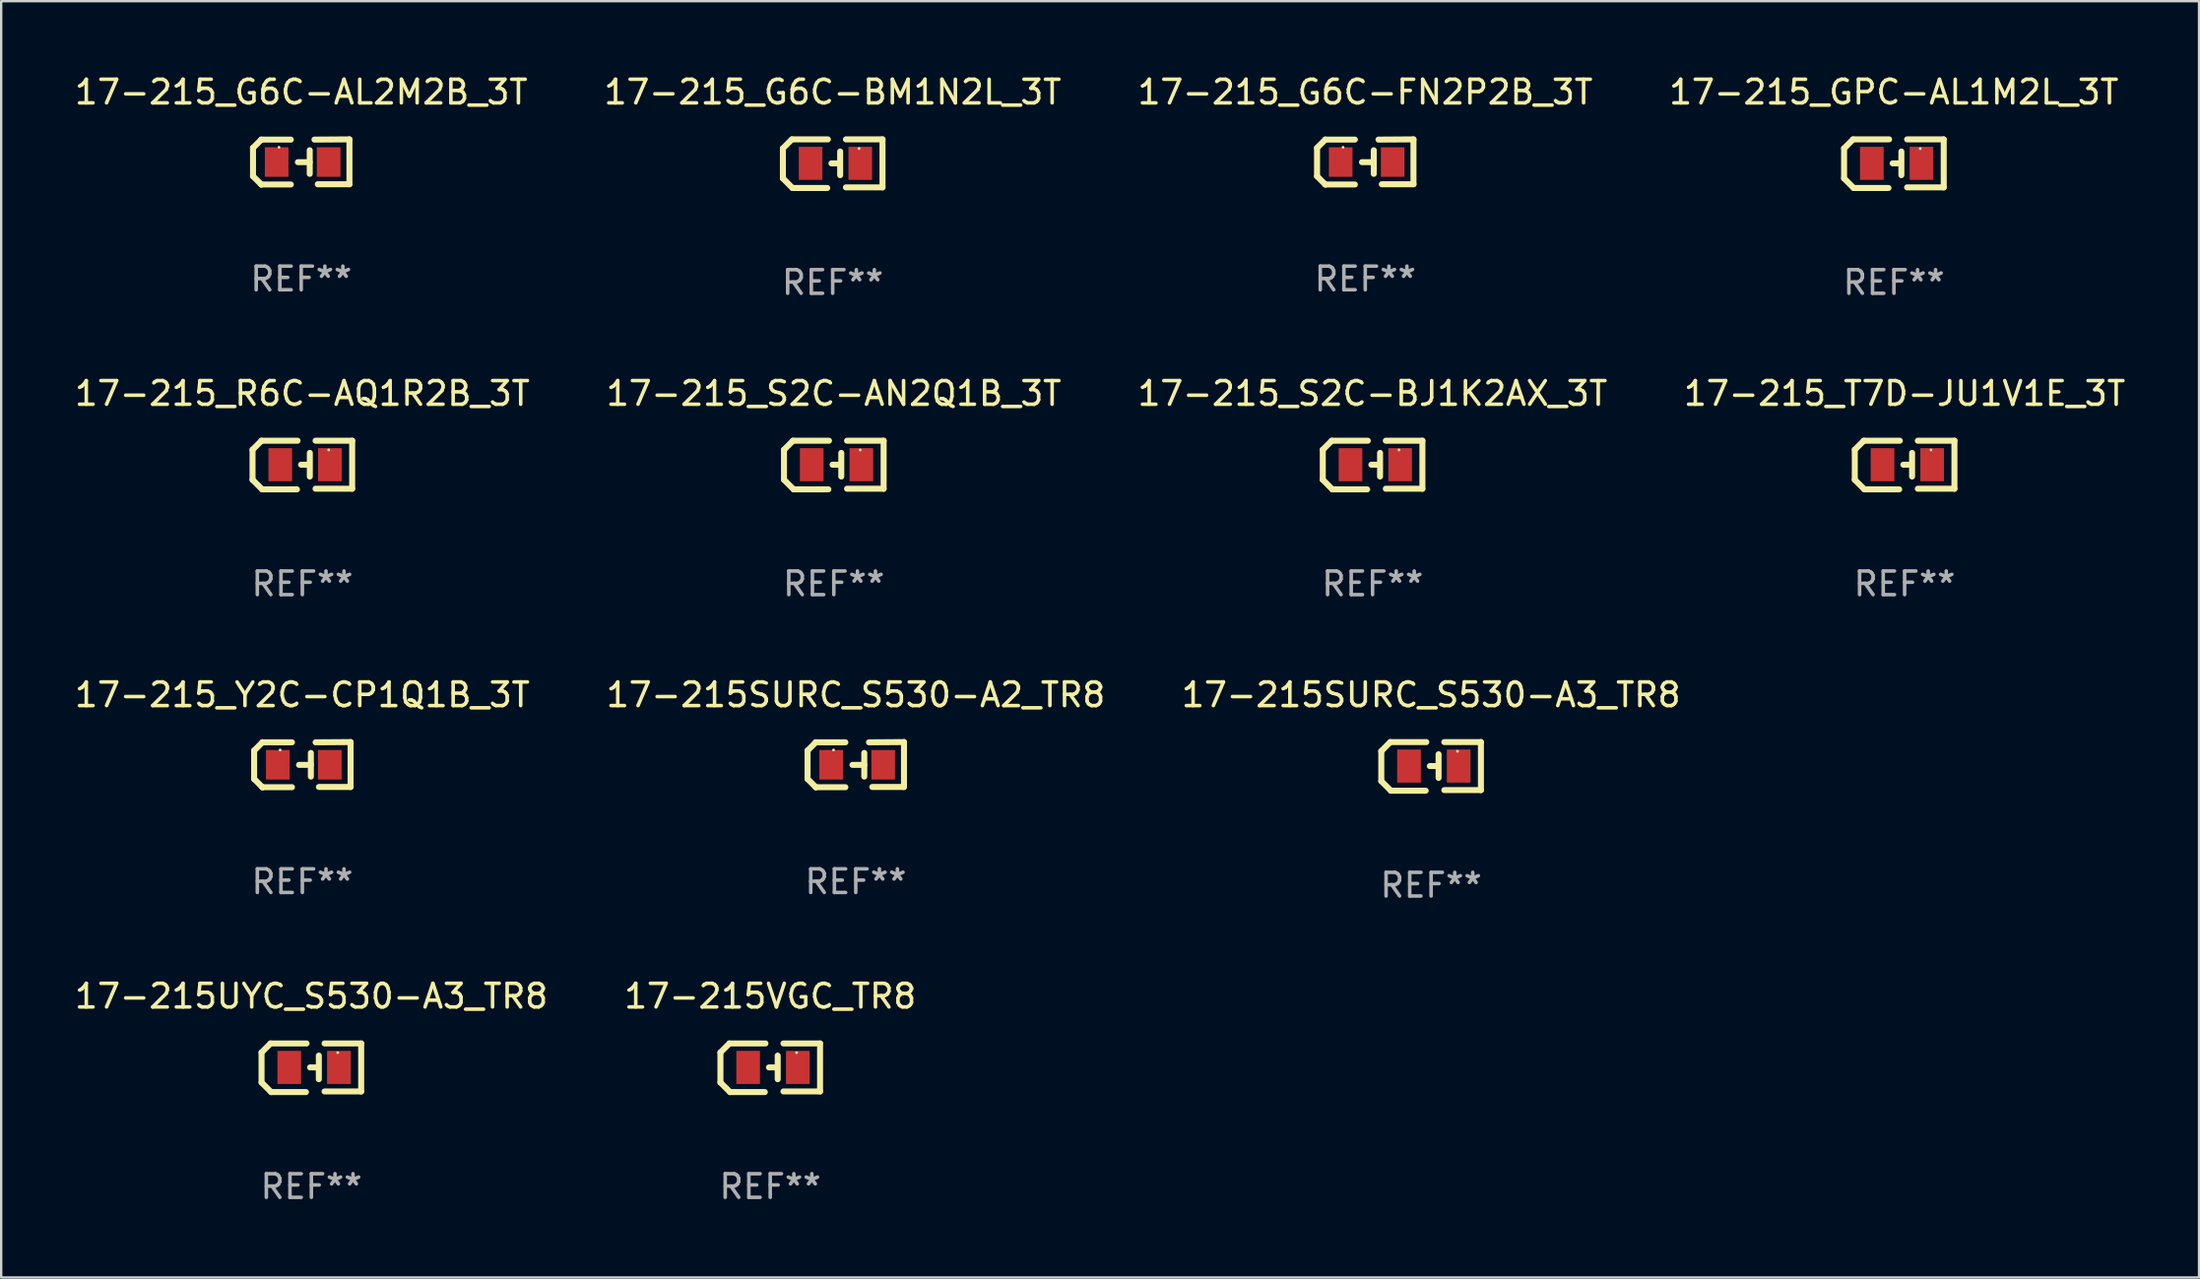
<source format=kicad_pcb>
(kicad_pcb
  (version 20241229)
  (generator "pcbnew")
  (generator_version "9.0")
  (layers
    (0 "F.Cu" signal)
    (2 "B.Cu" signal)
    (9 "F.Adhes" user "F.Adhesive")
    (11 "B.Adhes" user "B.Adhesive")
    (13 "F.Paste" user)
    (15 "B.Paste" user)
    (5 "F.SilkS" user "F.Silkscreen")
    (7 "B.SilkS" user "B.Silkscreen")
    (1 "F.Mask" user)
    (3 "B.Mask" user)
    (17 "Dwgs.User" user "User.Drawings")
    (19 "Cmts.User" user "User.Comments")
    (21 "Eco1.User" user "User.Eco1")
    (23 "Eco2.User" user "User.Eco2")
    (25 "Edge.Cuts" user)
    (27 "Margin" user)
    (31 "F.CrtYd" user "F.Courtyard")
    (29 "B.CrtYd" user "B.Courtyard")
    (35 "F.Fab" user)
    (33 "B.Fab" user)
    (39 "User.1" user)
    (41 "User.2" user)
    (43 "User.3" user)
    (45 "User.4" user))
  (footprint "17-215_Y2C-CP1Q1B_3T"
    (layer "F.Cu")
    (at 9.744 29.311)
    (property "Reference" "17-215_Y2C-CP1Q1B_3T" (at 0 -2.955 0) (layer "F.SilkS") (effects (font (size 1 1) (thickness 0.15))))
    (attr through_hole)
    (fp_line (start -2.04 -0.595) (end -2.04 0.605) (stroke (width 0.254) (type solid)) (layer "F.SilkS"))
    (fp_line (start -1.69 -0.945) (end -1.69 -0.945) (stroke (width 0.254) (type solid)) (layer "F.SilkS"))
    (fp_line (start -1.69 -0.945) (end -2.04 -0.595) (stroke (width 0.254) (type solid)) (layer "F.SilkS"))
    (fp_line (start -1.69 0.955) (end -2.04 0.605) (stroke (width 0.254) (type solid)) (layer "F.SilkS"))
    (fp_line (start -1.69 0.955) (end -1.69 0.955) (stroke (width 0.254) (type solid)) (layer "F.SilkS"))
    (fp_line (start -0.44 -0.945) (end -1.69 -0.945) (stroke (width 0.254) (type solid)) (layer "F.SilkS"))
    (fp_line (start -0.44 0.955) (end -1.69 0.955) (stroke (width 0.254) (type solid)) (layer "F.SilkS"))
    (fp_line (start 0.36 -0.495) (end 0.36 0.505) (stroke (width 0.254) (type solid)) (layer "F.SilkS"))
    (fp_line (start 0.36 0.01) (end -0.14 0.01) (stroke (width 0.254) (type solid)) (layer "F.SilkS"))
    (fp_line (start 0.56 -0.945) (end 2.04 -0.955) (stroke (width 0.254) (type solid)) (layer "F.SilkS"))
    (fp_line (start 0.7 0.945) (end 2.04 0.945) (stroke (width 0.254) (type solid)) (layer "F.SilkS"))
    (fp_line (start 2.04 -0.955) (end 2.04 0.945) (stroke (width 0.254) (type solid)) (layer "F.SilkS"))
    (fp_circle (center -0.94 -0.62) (end -0.91 -0.62) (stroke (width 0.06) (type solid)) (fill no) (layer "F.SilkS"))
    (fp_text user "REF**" (at 0 4.955 0) (layer "F.Fab") (effects (font (size 1 1) (thickness 0.15))))
    (pad "1" smd rect (at -1.04 0.005 180) (size 1 1.25) (layers "F.Cu" "F.Mask" "F.Paste"))
    (pad "2" smd rect (at 1.16 0.005 180) (size 1 1.25) (layers "F.Cu" "F.Mask" "F.Paste")))
  (footprint "17-215VGC_TR8"
    (layer "F.Cu")
    (at 29.542 42.139)
    (property "Reference" "17-215VGC_TR8" (at 0 -3.029 0) (layer "F.SilkS") (effects (font (size 1 1) (thickness 0.15))))
    (attr through_hole)
    (fp_line (start -2.108 -0.648) (end -1.727 -1.029) (stroke (width 0.254) (type solid)) (layer "F.SilkS"))
    (fp_line (start -2.108 0.622) (end -2.108 -0.648) (stroke (width 0.254) (type solid)) (layer "F.SilkS"))
    (fp_line (start -1.727 -1.029) (end -0.203 -1.029) (stroke (width 0.254) (type solid)) (layer "F.SilkS"))
    (fp_line (start -1.702 1.029) (end -2.108 0.622) (stroke (width 0.254) (type solid)) (layer "F.SilkS"))
    (fp_line (start -0.229 1.029) (end -1.702 1.029) (stroke (width 0.254) (type solid)) (layer "F.SilkS"))
    (fp_line (start 0.216 -0.014) (end -0.053 -0.014) (stroke (width 0.254) (type solid)) (layer "F.SilkS"))
    (fp_line (start 0.316 -0.514) (end 0.316 0.486) (stroke (width 0.254) (type solid)) (layer "F.SilkS"))
    (fp_line (start 0.559 1.003) (end 2.108 1.003) (stroke (width 0.254) (type solid)) (layer "F.SilkS"))
    (fp_line (start 2.108 -1.029) (end 0.559 -1.029) (stroke (width 0.254) (type solid)) (layer "F.SilkS"))
    (fp_line (start 2.108 1.003) (end 2.108 -1.029) (stroke (width 0.254) (type solid)) (layer "F.SilkS"))
    (fp_circle (center 1.116 -0.639) (end 1.146 -0.639) (stroke (width 0.06) (type solid)) (fill no) (layer "F.SilkS"))
    (fp_text user "REF**" (at 0 5.029 0) (layer "F.Fab") (effects (font (size 1 1) (thickness 0.15))))
    (pad "1" smd rect (at 1.166 -0.014 180) (size 1 1.4) (layers "F.Cu" "F.Mask" "F.Paste"))
    (pad "2" smd rect (at -0.935 -0.014 180) (size 1 1.4) (layers "F.Cu" "F.Mask" "F.Paste")))
  (footprint "17-215_G6C-AL2M2B_3T"
    (layer "F.Cu")
    (at 9.696 3.803)
    (property "Reference" "17-215_G6C-AL2M2B_3T" (at 0 -2.955 0) (layer "F.SilkS") (effects (font (size 1 1) (thickness 0.15))))
    (attr through_hole)
    (fp_line (start -2.04 -0.595) (end -2.04 0.605) (stroke (width 0.254) (type solid)) (layer "F.SilkS"))
    (fp_line (start -1.69 -0.945) (end -1.69 -0.945) (stroke (width 0.254) (type solid)) (layer "F.SilkS"))
    (fp_line (start -1.69 -0.945) (end -2.04 -0.595) (stroke (width 0.254) (type solid)) (layer "F.SilkS"))
    (fp_line (start -1.69 0.955) (end -2.04 0.605) (stroke (width 0.254) (type solid)) (layer "F.SilkS"))
    (fp_line (start -1.69 0.955) (end -1.69 0.955) (stroke (width 0.254) (type solid)) (layer "F.SilkS"))
    (fp_line (start -0.44 -0.945) (end -1.69 -0.945) (stroke (width 0.254) (type solid)) (layer "F.SilkS"))
    (fp_line (start -0.44 0.955) (end -1.69 0.955) (stroke (width 0.254) (type solid)) (layer "F.SilkS"))
    (fp_line (start 0.36 -0.495) (end 0.36 0.505) (stroke (width 0.254) (type solid)) (layer "F.SilkS"))
    (fp_line (start 0.36 0.01) (end -0.14 0.01) (stroke (width 0.254) (type solid)) (layer "F.SilkS"))
    (fp_line (start 0.56 -0.945) (end 2.04 -0.955) (stroke (width 0.254) (type solid)) (layer "F.SilkS"))
    (fp_line (start 0.7 0.945) (end 2.04 0.945) (stroke (width 0.254) (type solid)) (layer "F.SilkS"))
    (fp_line (start 2.04 -0.955) (end 2.04 0.945) (stroke (width 0.254) (type solid)) (layer "F.SilkS"))
    (fp_circle (center -0.94 -0.62) (end -0.91 -0.62) (stroke (width 0.06) (type solid)) (fill no) (layer "F.SilkS"))
    (fp_text user "REF**" (at 0 4.955 0) (layer "F.Fab") (effects (font (size 1 1) (thickness 0.15))))
    (pad "1" smd rect (at -1.04 0.005 180) (size 1 1.25) (layers "F.Cu" "F.Mask" "F.Paste"))
    (pad "2" smd rect (at 1.16 0.005 180) (size 1 1.25) (layers "F.Cu" "F.Mask" "F.Paste")))
  (footprint "17-215_T7D-JU1V1E_3T"
    (layer "F.Cu")
    (at 77.542 16.631)
    (property "Reference" "17-215_T7D-JU1V1E_3T" (at 0 -3.029 0) (layer "F.SilkS") (effects (font (size 1 1) (thickness 0.15))))
    (attr through_hole)
    (fp_line (start -2.108 -0.648) (end -1.727 -1.029) (stroke (width 0.254) (type solid)) (layer "F.SilkS"))
    (fp_line (start -2.108 0.622) (end -2.108 -0.648) (stroke (width 0.254) (type solid)) (layer "F.SilkS"))
    (fp_line (start -1.727 -1.029) (end -0.203 -1.029) (stroke (width 0.254) (type solid)) (layer "F.SilkS"))
    (fp_line (start -1.702 1.029) (end -2.108 0.622) (stroke (width 0.254) (type solid)) (layer "F.SilkS"))
    (fp_line (start -0.229 1.029) (end -1.702 1.029) (stroke (width 0.254) (type solid)) (layer "F.SilkS"))
    (fp_line (start 0.216 -0.014) (end -0.053 -0.014) (stroke (width 0.254) (type solid)) (layer "F.SilkS"))
    (fp_line (start 0.316 -0.514) (end 0.316 0.486) (stroke (width 0.254) (type solid)) (layer "F.SilkS"))
    (fp_line (start 0.559 1.003) (end 2.108 1.003) (stroke (width 0.254) (type solid)) (layer "F.SilkS"))
    (fp_line (start 2.108 -1.029) (end 0.559 -1.029) (stroke (width 0.254) (type solid)) (layer "F.SilkS"))
    (fp_line (start 2.108 1.003) (end 2.108 -1.029) (stroke (width 0.254) (type solid)) (layer "F.SilkS"))
    (fp_circle (center 1.116 -0.639) (end 1.146 -0.639) (stroke (width 0.06) (type solid)) (fill no) (layer "F.SilkS"))
    (fp_text user "REF**" (at 0 5.029 0) (layer "F.Fab") (effects (font (size 1 1) (thickness 0.15))))
    (pad "1" smd rect (at 1.166 -0.014 180) (size 1 1.4) (layers "F.Cu" "F.Mask" "F.Paste"))
    (pad "2" smd rect (at -0.935 -0.014 180) (size 1 1.4) (layers "F.Cu" "F.Mask" "F.Paste")))
  (footprint "17-215_GPC-AL1M2L_3T"
    (layer "F.Cu")
    (at 77.089 3.877)
    (property "Reference" "17-215_GPC-AL1M2L_3T" (at 0 -3.029 0) (layer "F.SilkS") (effects (font (size 1 1) (thickness 0.15))))
    (attr through_hole)
    (fp_line (start -2.108 -0.648) (end -1.727 -1.029) (stroke (width 0.254) (type solid)) (layer "F.SilkS"))
    (fp_line (start -2.108 0.622) (end -2.108 -0.648) (stroke (width 0.254) (type solid)) (layer "F.SilkS"))
    (fp_line (start -1.727 -1.029) (end -0.203 -1.029) (stroke (width 0.254) (type solid)) (layer "F.SilkS"))
    (fp_line (start -1.702 1.029) (end -2.108 0.622) (stroke (width 0.254) (type solid)) (layer "F.SilkS"))
    (fp_line (start -0.229 1.029) (end -1.702 1.029) (stroke (width 0.254) (type solid)) (layer "F.SilkS"))
    (fp_line (start 0.216 -0.014) (end -0.053 -0.014) (stroke (width 0.254) (type solid)) (layer "F.SilkS"))
    (fp_line (start 0.316 -0.514) (end 0.316 0.486) (stroke (width 0.254) (type solid)) (layer "F.SilkS"))
    (fp_line (start 0.559 1.003) (end 2.108 1.003) (stroke (width 0.254) (type solid)) (layer "F.SilkS"))
    (fp_line (start 2.108 -1.029) (end 0.559 -1.029) (stroke (width 0.254) (type solid)) (layer "F.SilkS"))
    (fp_line (start 2.108 1.003) (end 2.108 -1.029) (stroke (width 0.254) (type solid)) (layer "F.SilkS"))
    (fp_circle (center 1.116 -0.639) (end 1.146 -0.639) (stroke (width 0.06) (type solid)) (fill no) (layer "F.SilkS"))
    (fp_text user "REF**" (at 0 5.029 0) (layer "F.Fab") (effects (font (size 1 1) (thickness 0.15))))
    (pad "1" smd rect (at 1.166 -0.014 180) (size 1 1.4) (layers "F.Cu" "F.Mask" "F.Paste"))
    (pad "2" smd rect (at -0.935 -0.014 180) (size 1 1.4) (layers "F.Cu" "F.Mask" "F.Paste")))
  (footprint "17-215_G6C-BM1N2L_3T"
    (layer "F.Cu")
    (at 32.185 3.877)
    (property "Reference" "17-215_G6C-BM1N2L_3T" (at 0 -3.029 0) (layer "F.SilkS") (effects (font (size 1 1) (thickness 0.15))))
    (attr through_hole)
    (fp_line (start -2.108 -0.648) (end -1.727 -1.029) (stroke (width 0.254) (type solid)) (layer "F.SilkS"))
    (fp_line (start -2.108 0.622) (end -2.108 -0.648) (stroke (width 0.254) (type solid)) (layer "F.SilkS"))
    (fp_line (start -1.727 -1.029) (end -0.203 -1.029) (stroke (width 0.254) (type solid)) (layer "F.SilkS"))
    (fp_line (start -1.702 1.029) (end -2.108 0.622) (stroke (width 0.254) (type solid)) (layer "F.SilkS"))
    (fp_line (start -0.229 1.029) (end -1.702 1.029) (stroke (width 0.254) (type solid)) (layer "F.SilkS"))
    (fp_line (start 0.216 -0.014) (end -0.053 -0.014) (stroke (width 0.254) (type solid)) (layer "F.SilkS"))
    (fp_line (start 0.316 -0.514) (end 0.316 0.486) (stroke (width 0.254) (type solid)) (layer "F.SilkS"))
    (fp_line (start 0.559 1.003) (end 2.108 1.003) (stroke (width 0.254) (type solid)) (layer "F.SilkS"))
    (fp_line (start 2.108 -1.029) (end 0.559 -1.029) (stroke (width 0.254) (type solid)) (layer "F.SilkS"))
    (fp_line (start 2.108 1.003) (end 2.108 -1.029) (stroke (width 0.254) (type solid)) (layer "F.SilkS"))
    (fp_circle (center 1.116 -0.639) (end 1.146 -0.639) (stroke (width 0.06) (type solid)) (fill no) (layer "F.SilkS"))
    (fp_text user "REF**" (at 0 5.029 0) (layer "F.Fab") (effects (font (size 1 1) (thickness 0.15))))
    (pad "1" smd rect (at 1.166 -0.014 180) (size 1 1.4) (layers "F.Cu" "F.Mask" "F.Paste"))
    (pad "2" smd rect (at -0.935 -0.014 180) (size 1 1.4) (layers "F.Cu" "F.Mask" "F.Paste")))
  (footprint "17-215_R6C-AQ1R2B_3T"
    (layer "F.Cu")
    (at 9.744 16.631)
    (property "Reference" "17-215_R6C-AQ1R2B_3T" (at 0 -3.029 0) (layer "F.SilkS") (effects (font (size 1 1) (thickness 0.15))))
    (attr through_hole)
    (fp_line (start -2.108 -0.648) (end -1.727 -1.029) (stroke (width 0.254) (type solid)) (layer "F.SilkS"))
    (fp_line (start -2.108 0.622) (end -2.108 -0.648) (stroke (width 0.254) (type solid)) (layer "F.SilkS"))
    (fp_line (start -1.727 -1.029) (end -0.203 -1.029) (stroke (width 0.254) (type solid)) (layer "F.SilkS"))
    (fp_line (start -1.702 1.029) (end -2.108 0.622) (stroke (width 0.254) (type solid)) (layer "F.SilkS"))
    (fp_line (start -0.229 1.029) (end -1.702 1.029) (stroke (width 0.254) (type solid)) (layer "F.SilkS"))
    (fp_line (start 0.216 -0.014) (end -0.053 -0.014) (stroke (width 0.254) (type solid)) (layer "F.SilkS"))
    (fp_line (start 0.316 -0.514) (end 0.316 0.486) (stroke (width 0.254) (type solid)) (layer "F.SilkS"))
    (fp_line (start 0.559 1.003) (end 2.108 1.003) (stroke (width 0.254) (type solid)) (layer "F.SilkS"))
    (fp_line (start 2.108 -1.029) (end 0.559 -1.029) (stroke (width 0.254) (type solid)) (layer "F.SilkS"))
    (fp_line (start 2.108 1.003) (end 2.108 -1.029) (stroke (width 0.254) (type solid)) (layer "F.SilkS"))
    (fp_circle (center 1.116 -0.639) (end 1.146 -0.639) (stroke (width 0.06) (type solid)) (fill no) (layer "F.SilkS"))
    (fp_text user "REF**" (at 0 5.029 0) (layer "F.Fab") (effects (font (size 1 1) (thickness 0.15))))
    (pad "1" smd rect (at 1.166 -0.014 180) (size 1 1.4) (layers "F.Cu" "F.Mask" "F.Paste"))
    (pad "2" smd rect (at -0.935 -0.014 180) (size 1 1.4) (layers "F.Cu" "F.Mask" "F.Paste")))
  (footprint "17-215_G6C-FN2P2B_3T"
    (layer "F.Cu")
    (at 54.72 3.803)
    (property "Reference" "17-215_G6C-FN2P2B_3T" (at 0 -2.955 0) (layer "F.SilkS") (effects (font (size 1 1) (thickness 0.15))))
    (attr through_hole)
    (fp_line (start -2.04 -0.595) (end -2.04 0.605) (stroke (width 0.254) (type solid)) (layer "F.SilkS"))
    (fp_line (start -1.69 -0.945) (end -1.69 -0.945) (stroke (width 0.254) (type solid)) (layer "F.SilkS"))
    (fp_line (start -1.69 -0.945) (end -2.04 -0.595) (stroke (width 0.254) (type solid)) (layer "F.SilkS"))
    (fp_line (start -1.69 0.955) (end -2.04 0.605) (stroke (width 0.254) (type solid)) (layer "F.SilkS"))
    (fp_line (start -1.69 0.955) (end -1.69 0.955) (stroke (width 0.254) (type solid)) (layer "F.SilkS"))
    (fp_line (start -0.44 -0.945) (end -1.69 -0.945) (stroke (width 0.254) (type solid)) (layer "F.SilkS"))
    (fp_line (start -0.44 0.955) (end -1.69 0.955) (stroke (width 0.254) (type solid)) (layer "F.SilkS"))
    (fp_line (start 0.36 -0.495) (end 0.36 0.505) (stroke (width 0.254) (type solid)) (layer "F.SilkS"))
    (fp_line (start 0.36 0.01) (end -0.14 0.01) (stroke (width 0.254) (type solid)) (layer "F.SilkS"))
    (fp_line (start 0.56 -0.945) (end 2.04 -0.955) (stroke (width 0.254) (type solid)) (layer "F.SilkS"))
    (fp_line (start 0.7 0.945) (end 2.04 0.945) (stroke (width 0.254) (type solid)) (layer "F.SilkS"))
    (fp_line (start 2.04 -0.955) (end 2.04 0.945) (stroke (width 0.254) (type solid)) (layer "F.SilkS"))
    (fp_circle (center -0.94 -0.62) (end -0.91 -0.62) (stroke (width 0.06) (type solid)) (fill no) (layer "F.SilkS"))
    (fp_text user "REF**" (at 0 4.955 0) (layer "F.Fab") (effects (font (size 1 1) (thickness 0.15))))
    (pad "1" smd rect (at -1.04 0.005 180) (size 1 1.25) (layers "F.Cu" "F.Mask" "F.Paste"))
    (pad "2" smd rect (at 1.16 0.005 180) (size 1 1.25) (layers "F.Cu" "F.Mask" "F.Paste")))
  (footprint "17-215SURC_S530-A2_TR8"
    (layer "F.Cu")
    (at 33.161 29.311)
    (property "Reference" "17-215SURC_S530-A2_TR8" (at 0 -2.955 0) (layer "F.SilkS") (effects (font (size 1 1) (thickness 0.15))))
    (attr through_hole)
    (fp_line (start -2.04 -0.595) (end -2.04 0.605) (stroke (width 0.254) (type solid)) (layer "F.SilkS"))
    (fp_line (start -1.69 -0.945) (end -1.69 -0.945) (stroke (width 0.254) (type solid)) (layer "F.SilkS"))
    (fp_line (start -1.69 -0.945) (end -2.04 -0.595) (stroke (width 0.254) (type solid)) (layer "F.SilkS"))
    (fp_line (start -1.69 0.955) (end -2.04 0.605) (stroke (width 0.254) (type solid)) (layer "F.SilkS"))
    (fp_line (start -1.69 0.955) (end -1.69 0.955) (stroke (width 0.254) (type solid)) (layer "F.SilkS"))
    (fp_line (start -0.44 -0.945) (end -1.69 -0.945) (stroke (width 0.254) (type solid)) (layer "F.SilkS"))
    (fp_line (start -0.44 0.955) (end -1.69 0.955) (stroke (width 0.254) (type solid)) (layer "F.SilkS"))
    (fp_line (start 0.36 -0.495) (end 0.36 0.505) (stroke (width 0.254) (type solid)) (layer "F.SilkS"))
    (fp_line (start 0.36 0.01) (end -0.14 0.01) (stroke (width 0.254) (type solid)) (layer "F.SilkS"))
    (fp_line (start 0.56 -0.945) (end 2.04 -0.955) (stroke (width 0.254) (type solid)) (layer "F.SilkS"))
    (fp_line (start 0.7 0.945) (end 2.04 0.945) (stroke (width 0.254) (type solid)) (layer "F.SilkS"))
    (fp_line (start 2.04 -0.955) (end 2.04 0.945) (stroke (width 0.254) (type solid)) (layer "F.SilkS"))
    (fp_circle (center -0.94 -0.62) (end -0.91 -0.62) (stroke (width 0.06) (type solid)) (fill no) (layer "F.SilkS"))
    (fp_text user "REF**" (at 0 4.955 0) (layer "F.Fab") (effects (font (size 1 1) (thickness 0.15))))
    (pad "1" smd rect (at -1.04 0.005 180) (size 1 1.25) (layers "F.Cu" "F.Mask" "F.Paste"))
    (pad "2" smd rect (at 1.16 0.005 180) (size 1 1.25) (layers "F.Cu" "F.Mask" "F.Paste")))
  (footprint "17-215_S2C-BJ1K2AX_3T"
    (layer "F.Cu")
    (at 55.03 16.631)
    (property "Reference" "17-215_S2C-BJ1K2AX_3T" (at 0 -3.029 0) (layer "F.SilkS") (effects (font (size 1 1) (thickness 0.15))))
    (attr through_hole)
    (fp_line (start -2.108 -0.648) (end -1.727 -1.029) (stroke (width 0.254) (type solid)) (layer "F.SilkS"))
    (fp_line (start -2.108 0.622) (end -2.108 -0.648) (stroke (width 0.254) (type solid)) (layer "F.SilkS"))
    (fp_line (start -1.727 -1.029) (end -0.203 -1.029) (stroke (width 0.254) (type solid)) (layer "F.SilkS"))
    (fp_line (start -1.702 1.029) (end -2.108 0.622) (stroke (width 0.254) (type solid)) (layer "F.SilkS"))
    (fp_line (start -0.229 1.029) (end -1.702 1.029) (stroke (width 0.254) (type solid)) (layer "F.SilkS"))
    (fp_line (start 0.216 -0.014) (end -0.053 -0.014) (stroke (width 0.254) (type solid)) (layer "F.SilkS"))
    (fp_line (start 0.316 -0.514) (end 0.316 0.486) (stroke (width 0.254) (type solid)) (layer "F.SilkS"))
    (fp_line (start 0.559 1.003) (end 2.108 1.003) (stroke (width 0.254) (type solid)) (layer "F.SilkS"))
    (fp_line (start 2.108 -1.029) (end 0.559 -1.029) (stroke (width 0.254) (type solid)) (layer "F.SilkS"))
    (fp_line (start 2.108 1.003) (end 2.108 -1.029) (stroke (width 0.254) (type solid)) (layer "F.SilkS"))
    (fp_circle (center 1.116 -0.639) (end 1.146 -0.639) (stroke (width 0.06) (type solid)) (fill no) (layer "F.SilkS"))
    (fp_text user "REF**" (at 0 5.029 0) (layer "F.Fab") (effects (font (size 1 1) (thickness 0.15))))
    (pad "1" smd rect (at 1.166 -0.014 180) (size 1 1.4) (layers "F.Cu" "F.Mask" "F.Paste"))
    (pad "2" smd rect (at -0.935 -0.014 180) (size 1 1.4) (layers "F.Cu" "F.Mask" "F.Paste")))
  (footprint "17-215UYC_S530-A3_TR8"
    (layer "F.Cu")
    (at 10.125 42.139)
    (property "Reference" "17-215UYC_S530-A3_TR8" (at 0 -3.029 0) (layer "F.SilkS") (effects (font (size 1 1) (thickness 0.15))))
    (attr through_hole)
    (fp_line (start -2.108 -0.648) (end -1.727 -1.029) (stroke (width 0.254) (type solid)) (layer "F.SilkS"))
    (fp_line (start -2.108 0.622) (end -2.108 -0.648) (stroke (width 0.254) (type solid)) (layer "F.SilkS"))
    (fp_line (start -1.727 -1.029) (end -0.203 -1.029) (stroke (width 0.254) (type solid)) (layer "F.SilkS"))
    (fp_line (start -1.702 1.029) (end -2.108 0.622) (stroke (width 0.254) (type solid)) (layer "F.SilkS"))
    (fp_line (start -0.229 1.029) (end -1.702 1.029) (stroke (width 0.254) (type solid)) (layer "F.SilkS"))
    (fp_line (start 0.216 -0.014) (end -0.053 -0.014) (stroke (width 0.254) (type solid)) (layer "F.SilkS"))
    (fp_line (start 0.316 -0.514) (end 0.316 0.486) (stroke (width 0.254) (type solid)) (layer "F.SilkS"))
    (fp_line (start 0.559 1.003) (end 2.108 1.003) (stroke (width 0.254) (type solid)) (layer "F.SilkS"))
    (fp_line (start 2.108 -1.029) (end 0.559 -1.029) (stroke (width 0.254) (type solid)) (layer "F.SilkS"))
    (fp_line (start 2.108 1.003) (end 2.108 -1.029) (stroke (width 0.254) (type solid)) (layer "F.SilkS"))
    (fp_circle (center 1.116 -0.639) (end 1.146 -0.639) (stroke (width 0.06) (type solid)) (fill no) (layer "F.SilkS"))
    (fp_text user "REF**" (at 0 5.029 0) (layer "F.Fab") (effects (font (size 1 1) (thickness 0.15))))
    (pad "1" smd rect (at 1.166 -0.014 180) (size 1 1.4) (layers "F.Cu" "F.Mask" "F.Paste"))
    (pad "2" smd rect (at -0.935 -0.014 180) (size 1 1.4) (layers "F.Cu" "F.Mask" "F.Paste")))
  (footprint "17-215SURC_S530-A3_TR8"
    (layer "F.Cu")
    (at 57.506 29.385)
    (property "Reference" "17-215SURC_S530-A3_TR8" (at 0 -3.029 0) (layer "F.SilkS") (effects (font (size 1 1) (thickness 0.15))))
    (attr through_hole)
    (fp_line (start -2.108 -0.648) (end -1.727 -1.029) (stroke (width 0.254) (type solid)) (layer "F.SilkS"))
    (fp_line (start -2.108 0.622) (end -2.108 -0.648) (stroke (width 0.254) (type solid)) (layer "F.SilkS"))
    (fp_line (start -1.727 -1.029) (end -0.203 -1.029) (stroke (width 0.254) (type solid)) (layer "F.SilkS"))
    (fp_line (start -1.702 1.029) (end -2.108 0.622) (stroke (width 0.254) (type solid)) (layer "F.SilkS"))
    (fp_line (start -0.229 1.029) (end -1.702 1.029) (stroke (width 0.254) (type solid)) (layer "F.SilkS"))
    (fp_line (start 0.216 -0.014) (end -0.053 -0.014) (stroke (width 0.254) (type solid)) (layer "F.SilkS"))
    (fp_line (start 0.316 -0.514) (end 0.316 0.486) (stroke (width 0.254) (type solid)) (layer "F.SilkS"))
    (fp_line (start 0.559 1.003) (end 2.108 1.003) (stroke (width 0.254) (type solid)) (layer "F.SilkS"))
    (fp_line (start 2.108 -1.029) (end 0.559 -1.029) (stroke (width 0.254) (type solid)) (layer "F.SilkS"))
    (fp_line (start 2.108 1.003) (end 2.108 -1.029) (stroke (width 0.254) (type solid)) (layer "F.SilkS"))
    (fp_circle (center 1.116 -0.639) (end 1.146 -0.639) (stroke (width 0.06) (type solid)) (fill no) (layer "F.SilkS"))
    (fp_text user "REF**" (at 0 5.029 0) (layer "F.Fab") (effects (font (size 1 1) (thickness 0.15))))
    (pad "1" smd rect (at 1.166 -0.014 180) (size 1 1.4) (layers "F.Cu" "F.Mask" "F.Paste"))
    (pad "2" smd rect (at -0.935 -0.014 180) (size 1 1.4) (layers "F.Cu" "F.Mask" "F.Paste")))
  (footprint "17-215_S2C-AN2Q1B_3T"
    (layer "F.Cu")
    (at 32.232 16.631)
    (property "Reference" "17-215_S2C-AN2Q1B_3T" (at 0 -3.029 0) (layer "F.SilkS") (effects (font (size 1 1) (thickness 0.15))))
    (attr through_hole)
    (fp_line (start -2.108 -0.648) (end -1.727 -1.029) (stroke (width 0.254) (type solid)) (layer "F.SilkS"))
    (fp_line (start -2.108 0.622) (end -2.108 -0.648) (stroke (width 0.254) (type solid)) (layer "F.SilkS"))
    (fp_line (start -1.727 -1.029) (end -0.203 -1.029) (stroke (width 0.254) (type solid)) (layer "F.SilkS"))
    (fp_line (start -1.702 1.029) (end -2.108 0.622) (stroke (width 0.254) (type solid)) (layer "F.SilkS"))
    (fp_line (start -0.229 1.029) (end -1.702 1.029) (stroke (width 0.254) (type solid)) (layer "F.SilkS"))
    (fp_line (start 0.216 -0.014) (end -0.053 -0.014) (stroke (width 0.254) (type solid)) (layer "F.SilkS"))
    (fp_line (start 0.316 -0.514) (end 0.316 0.486) (stroke (width 0.254) (type solid)) (layer "F.SilkS"))
    (fp_line (start 0.559 1.003) (end 2.108 1.003) (stroke (width 0.254) (type solid)) (layer "F.SilkS"))
    (fp_line (start 2.108 -1.029) (end 0.559 -1.029) (stroke (width 0.254) (type solid)) (layer "F.SilkS"))
    (fp_line (start 2.108 1.003) (end 2.108 -1.029) (stroke (width 0.254) (type solid)) (layer "F.SilkS"))
    (fp_circle (center 1.116 -0.639) (end 1.146 -0.639) (stroke (width 0.06) (type solid)) (fill no) (layer "F.SilkS"))
    (fp_text user "REF**" (at 0 5.029 0) (layer "F.Fab") (effects (font (size 1 1) (thickness 0.15))))
    (pad "1" smd rect (at 1.166 -0.014 180) (size 1 1.4) (layers "F.Cu" "F.Mask" "F.Paste"))
    (pad "2" smd rect (at -0.935 -0.014 180) (size 1 1.4) (layers "F.Cu" "F.Mask" "F.Paste")))
  (gr_rect
    (start -3 -3)
    (end 90 51.016)
    (stroke (width 0.1) (type default))
    (fill no)
    (layer "Edge.Cuts")))
</source>
